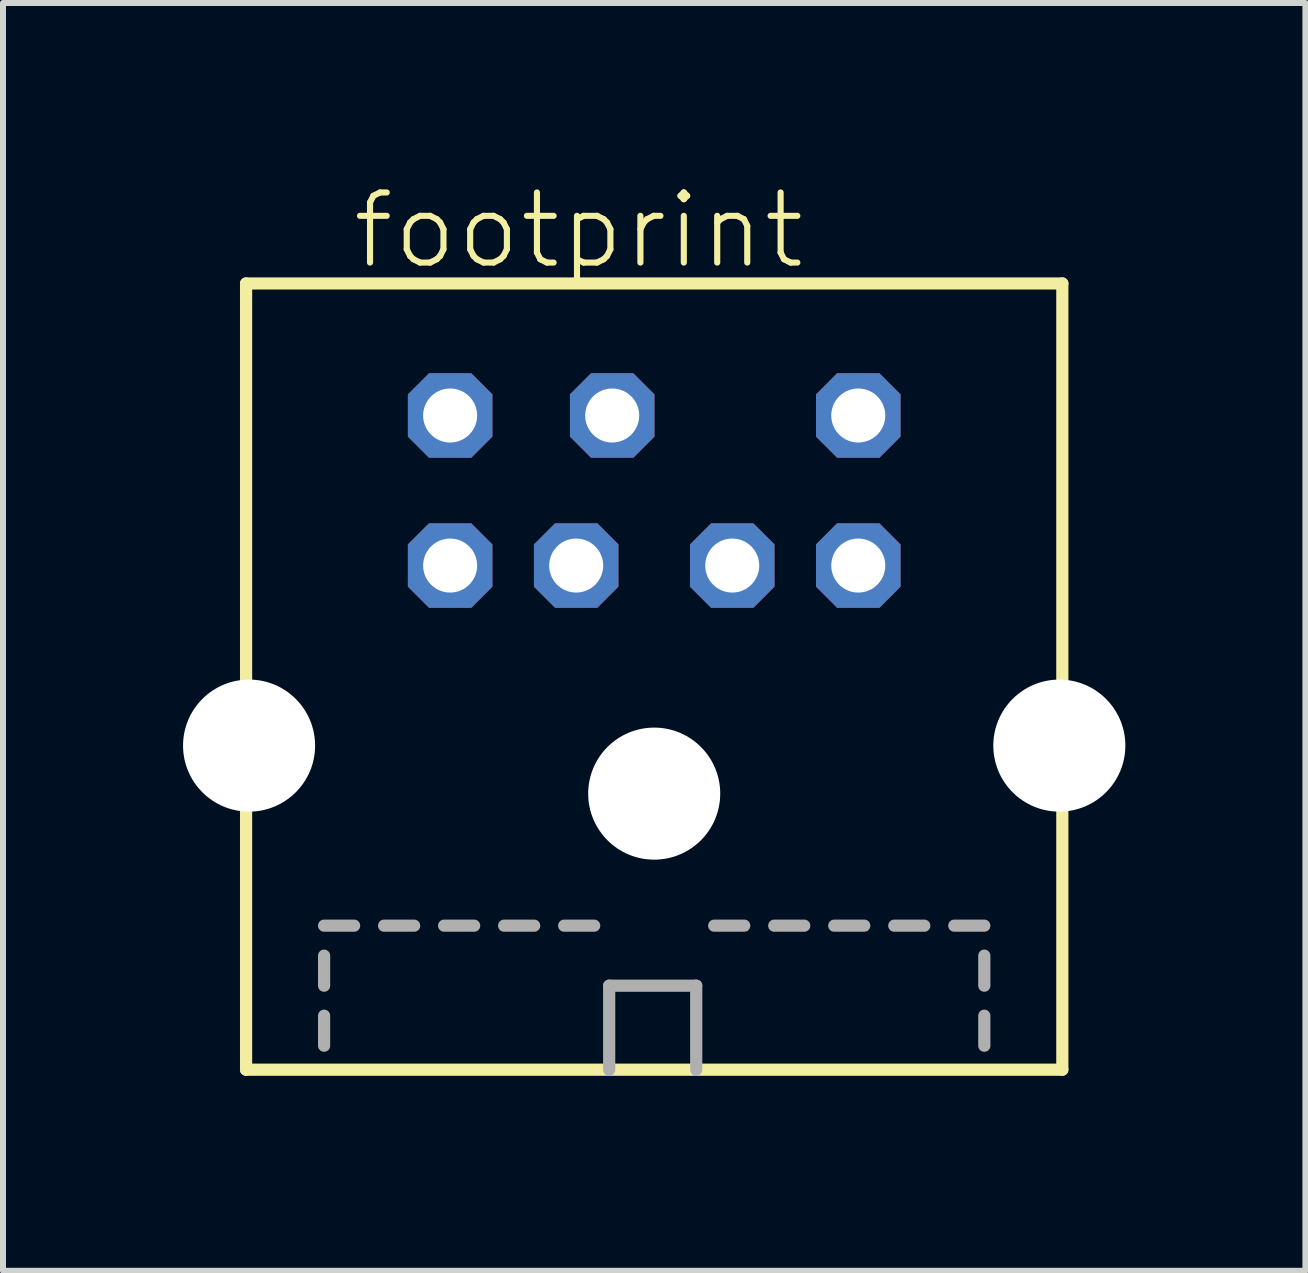
<source format=kicad_pcb>
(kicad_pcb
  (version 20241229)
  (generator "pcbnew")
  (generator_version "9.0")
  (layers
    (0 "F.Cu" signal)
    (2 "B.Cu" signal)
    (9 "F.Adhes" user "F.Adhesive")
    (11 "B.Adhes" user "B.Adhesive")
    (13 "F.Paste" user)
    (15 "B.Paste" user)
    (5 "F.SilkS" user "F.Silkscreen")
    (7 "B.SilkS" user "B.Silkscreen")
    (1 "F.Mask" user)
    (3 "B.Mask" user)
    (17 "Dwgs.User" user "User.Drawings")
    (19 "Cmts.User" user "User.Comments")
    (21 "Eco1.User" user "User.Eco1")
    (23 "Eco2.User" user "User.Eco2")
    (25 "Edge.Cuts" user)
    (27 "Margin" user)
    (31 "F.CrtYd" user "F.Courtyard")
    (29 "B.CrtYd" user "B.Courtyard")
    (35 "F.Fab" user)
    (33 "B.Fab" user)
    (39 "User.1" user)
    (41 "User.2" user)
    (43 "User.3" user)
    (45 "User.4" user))
  (footprint "footprint"
    (layer "F.Cu")
    (at 7.85 14.873)
    (property "Reference" "footprint" (at -5.08 -13.4 0) (layer "F.SilkS") (effects (font (size 1.168 1.168) (thickness 0.102)) (justify left bottom)))
    (fp_line (start -6.8 -13.2) (end -6.8 -0.1) (stroke (width 0.203) (type solid)) (layer "F.SilkS"))
    (fp_line (start -6.8 -0.1) (end 6.8 -0.1) (stroke (width 0.203) (type solid)) (layer "F.SilkS"))
    (fp_line (start 6.8 -13.2) (end -6.8 -13.2) (stroke (width 0.203) (type solid)) (layer "F.SilkS"))
    (fp_line (start 6.8 -0.1) (end 6.8 -13.2) (stroke (width 0.203) (type solid)) (layer "F.SilkS"))
    (fp_line (start -5.5 -2.5) (end -5 -2.5) (stroke (width 0.203) (type solid)) (layer "F.Fab"))
    (fp_line (start -5.5 -1.5) (end -5.5 -2) (stroke (width 0.203) (type solid)) (layer "F.Fab"))
    (fp_line (start -5.5 -0.5) (end -5.5 -1) (stroke (width 0.203) (type solid)) (layer "F.Fab"))
    (fp_line (start -4.5 -2.5) (end -4 -2.5) (stroke (width 0.203) (type solid)) (layer "F.Fab"))
    (fp_line (start -3.5 -2.5) (end -3 -2.5) (stroke (width 0.203) (type solid)) (layer "F.Fab"))
    (fp_line (start -2.5 -2.5) (end -2 -2.5) (stroke (width 0.203) (type solid)) (layer "F.Fab"))
    (fp_line (start -1.5 -2.5) (end -1 -2.5) (stroke (width 0.203) (type solid)) (layer "F.Fab"))
    (fp_line (start -0.75 -1.5) (end 0.7 -1.5) (stroke (width 0.203) (type solid)) (layer "F.Fab"))
    (fp_line (start -0.75 -0.1) (end -0.75 -1.5) (stroke (width 0.203) (type solid)) (layer "F.Fab"))
    (fp_line (start 0.7 -1.5) (end 0.7 -0.1) (stroke (width 0.203) (type solid)) (layer "F.Fab"))
    (fp_line (start 1 -2.5) (end 1.5 -2.5) (stroke (width 0.203) (type solid)) (layer "F.Fab"))
    (fp_line (start 2 -2.5) (end 2.5 -2.5) (stroke (width 0.203) (type solid)) (layer "F.Fab"))
    (fp_line (start 3 -2.5) (end 3.5 -2.5) (stroke (width 0.203) (type solid)) (layer "F.Fab"))
    (fp_line (start 4 -2.5) (end 4.5 -2.5) (stroke (width 0.203) (type solid)) (layer "F.Fab"))
    (fp_line (start 5 -2.5) (end 5.5 -2.5) (stroke (width 0.203) (type solid)) (layer "F.Fab"))
    (fp_line (start 5.5 -1.5) (end 5.5 -2) (stroke (width 0.203) (type solid)) (layer "F.Fab"))
    (fp_line (start 5.5 -0.5) (end 5.5 -1) (stroke (width 0.203) (type solid)) (layer "F.Fab"))
    (pad "" np_thru_hole circle (at -6.75 -5.5) (size 2.2 2.2) (drill 2.2) (layers "*.Cu" "*.Mask"))
    (pad "" np_thru_hole circle (at 0 -4.7) (size 2.2 2.2) (drill 2.2) (layers "*.Cu" "*.Mask"))
    (pad "" np_thru_hole circle (at 6.75 -5.5) (size 2.2 2.2) (drill 2.2) (layers "*.Cu" "*.Mask"))
    (pad "1" thru_hole roundrect (at 1.3 -8.5) (size 1.408 1.408) (drill 0.9) (layers "*.Cu" "*.Mask") (roundrect_rratio 0.25) (chamfer_ratio 0.25) (chamfer top_left top_right bottom_left bottom_right))
    (pad "2" thru_hole roundrect (at -1.3 -8.5) (size 1.408 1.408) (drill 0.9) (layers "*.Cu" "*.Mask") (roundrect_rratio 0.25) (chamfer_ratio 0.25) (chamfer top_left top_right bottom_left bottom_right))
    (pad "3" thru_hole roundrect (at 3.4 -8.5) (size 1.408 1.408) (drill 0.9) (layers "*.Cu" "*.Mask") (roundrect_rratio 0.25) (chamfer_ratio 0.25) (chamfer top_left top_right bottom_left bottom_right))
    (pad "4" thru_hole roundrect (at -3.4 -8.5) (size 1.408 1.408) (drill 0.9) (layers "*.Cu" "*.Mask") (roundrect_rratio 0.25) (chamfer_ratio 0.25) (chamfer top_left top_right bottom_left bottom_right))
    (pad "5" thru_hole roundrect (at 3.4 -11) (size 1.408 1.408) (drill 0.9) (layers "*.Cu" "*.Mask") (roundrect_rratio 0.25) (chamfer_ratio 0.25) (chamfer top_left top_right bottom_left bottom_right))
    (pad "6" thru_hole roundrect (at -0.7 -11) (size 1.408 1.408) (drill 0.9) (layers "*.Cu" "*.Mask") (roundrect_rratio 0.25) (chamfer_ratio 0.25) (chamfer top_left top_right bottom_left bottom_right))
    (pad "7" thru_hole roundrect (at -3.4 -11) (size 1.408 1.408) (drill 0.9) (layers "*.Cu" "*.Mask") (roundrect_rratio 0.25) (chamfer_ratio 0.25) (chamfer top_left top_right bottom_left bottom_right)))
  (gr_rect
    (start -3 -3)
    (end 18.7 18.123)
    (stroke (width 0.1) (type default))
    (fill no)
    (layer "Edge.Cuts")))
</source>
